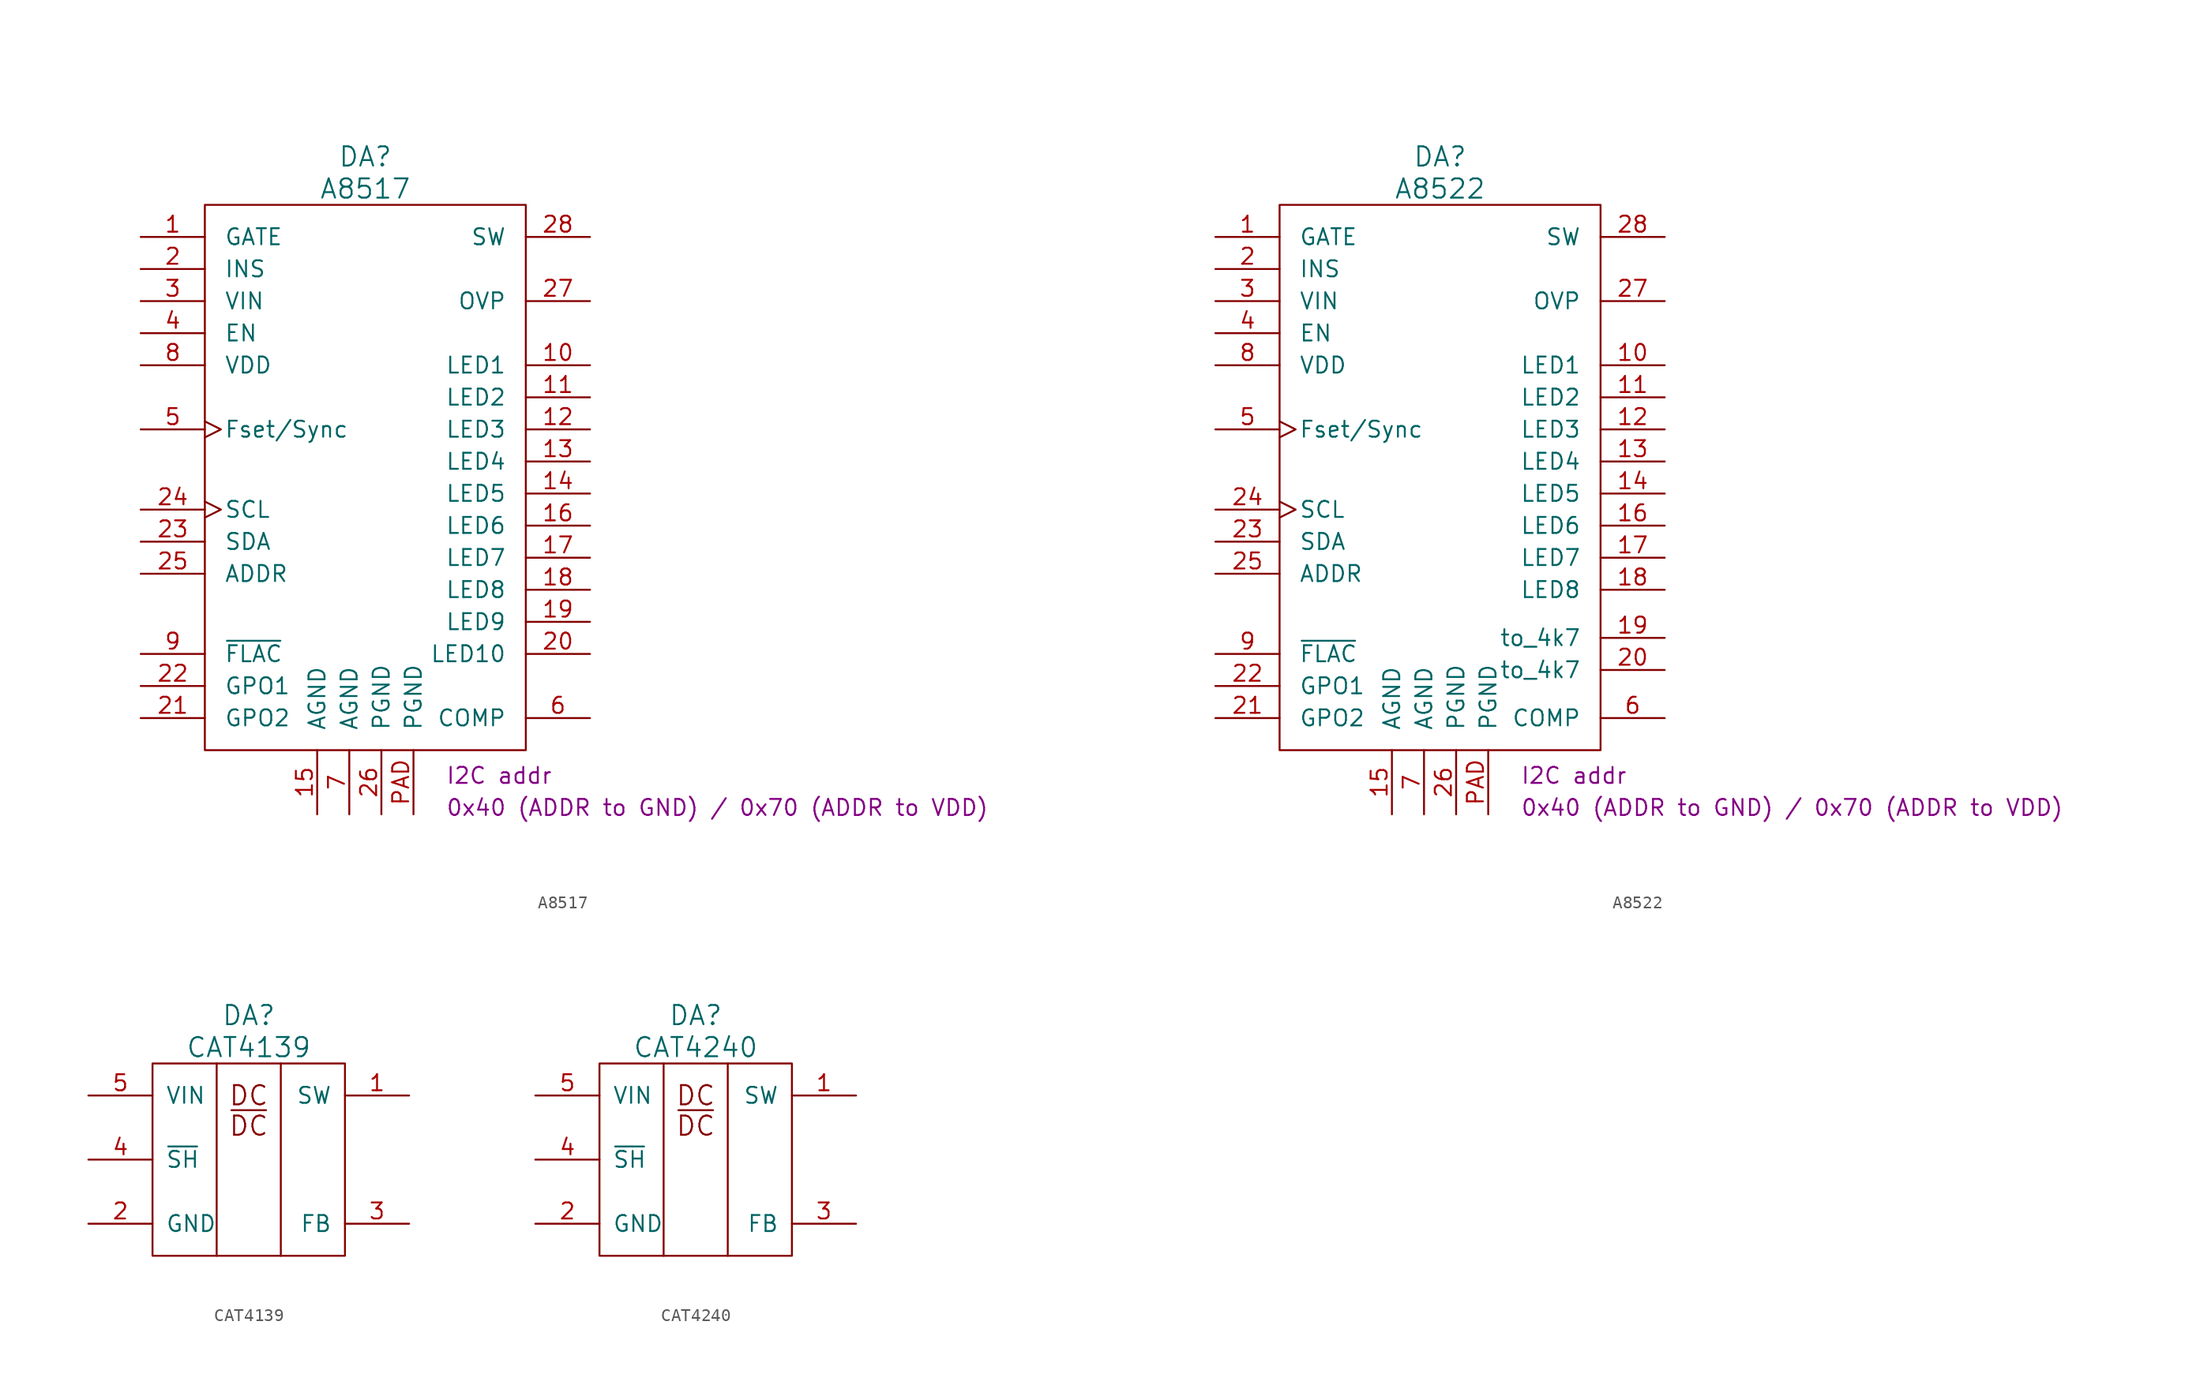
<source format=kicad_sym>
(kicad_symbol_lib
  (version 20220914)
  (generator kicad_symbol_editor)
  (symbol "A8517"
    (pin_names
      (offset 1.524))
    (property "Reference" "DA"
      (at 0 25.4 0)
      (effects (font (size 1.524 1.524))))
    (property "Value" "A8517"
      (at 0 22.86 0)
      (effects (font (size 1.524 1.524))))
    (property "Datasheet" ""
      (at 0 27.94 0)
      (effects (font (size 1.524 1.524))))
    (property "I2C addr" "I2C addr"
      (at 6.35 -22.86 0)
      (effects (font (size 1.27 1.27)) (justify left top)))
    (property "Addr" "0x40 (ADDR to GND) / 0x70 (ADDR to VDD)"
      (at 6.35 -25.4 0)
      (effects (font (size 1.27 1.27)) (justify left top)))
    (symbol "A8517_0_1"
      (rectangle (start 12.7 21.59) (end -12.7 -21.59) (stroke (width 0) (type solid)) (fill (type none))))
    (symbol "A8517_1_1"
      (pin passive line (at -17.78 19.05 0) (length 5.08) (name "GATE" (effects (font (size 1.27 1.27)))) (number "1" (effects (font (size 1.27 1.27)))))
      (pin passive line (at 17.78 8.89 180) (length 5.08) (name "LED1" (effects (font (size 1.27 1.27)))) (number "10" (effects (font (size 1.27 1.27)))))
      (pin passive line (at 17.78 6.35 180) (length 5.08) (name "LED2" (effects (font (size 1.27 1.27)))) (number "11" (effects (font (size 1.27 1.27)))))
      (pin passive line (at 17.78 3.81 180) (length 5.08) (name "LED3" (effects (font (size 1.27 1.27)))) (number "12" (effects (font (size 1.27 1.27)))))
      (pin passive line (at 17.78 1.27 180) (length 5.08) (name "LED4" (effects (font (size 1.27 1.27)))) (number "13" (effects (font (size 1.27 1.27)))))
      (pin passive line (at 17.78 -1.27 180) (length 5.08) (name "LED5" (effects (font (size 1.27 1.27)))) (number "14" (effects (font (size 1.27 1.27)))))
      (pin power_in line (at -3.81 -26.67 90) (length 5.08) (name "AGND" (effects (font (size 1.27 1.27)))) (number "15" (effects (font (size 1.27 1.27)))))
      (pin passive line (at 17.78 -3.81 180) (length 5.08) (name "LED6" (effects (font (size 1.27 1.27)))) (number "16" (effects (font (size 1.27 1.27)))))
      (pin passive line (at 17.78 -6.35 180) (length 5.08) (name "LED7" (effects (font (size 1.27 1.27)))) (number "17" (effects (font (size 1.27 1.27)))))
      (pin passive line (at 17.78 -8.89 180) (length 5.08) (name "LED8" (effects (font (size 1.27 1.27)))) (number "18" (effects (font (size 1.27 1.27)))))
      (pin passive line (at 17.78 -11.43 180) (length 5.08) (name "LED9" (effects (font (size 1.27 1.27)))) (number "19" (effects (font (size 1.27 1.27)))))
      (pin passive line (at -17.78 16.51 0) (length 5.08) (name "INS" (effects (font (size 1.27 1.27)))) (number "2" (effects (font (size 1.27 1.27)))))
      (pin passive line (at 17.78 -13.97 180) (length 5.08) (name "LED10" (effects (font (size 1.27 1.27)))) (number "20" (effects (font (size 1.27 1.27)))))
      (pin open_collector line (at -17.78 -19.05 0) (length 5.08) (name "GPO2" (effects (font (size 1.27 1.27)))) (number "21" (effects (font (size 1.27 1.27)))))
      (pin open_collector line (at -17.78 -16.51 0) (length 5.08) (name "GPO1" (effects (font (size 1.27 1.27)))) (number "22" (effects (font (size 1.27 1.27)))))
      (pin bidirectional line (at -17.78 -5.08 0) (length 5.08) (name "SDA" (effects (font (size 1.27 1.27)))) (number "23" (effects (font (size 1.27 1.27)))))
      (pin input clock (at -17.78 -2.54 0) (length 5.08) (name "SCL" (effects (font (size 1.27 1.27)))) (number "24" (effects (font (size 1.27 1.27)))))
      (pin passive line (at -17.78 -7.62 0) (length 5.08) (name "ADDR" (effects (font (size 1.27 1.27)))) (number "25" (effects (font (size 1.27 1.27)))))
      (pin power_in line (at 1.27 -26.67 90) (length 5.08) (name "PGND" (effects (font (size 1.27 1.27)))) (number "26" (effects (font (size 1.27 1.27)))))
      (pin passive line (at 17.78 13.97 180) (length 5.08) (name "OVP" (effects (font (size 1.27 1.27)))) (number "27" (effects (font (size 1.27 1.27)))))
      (pin passive line (at 17.78 19.05 180) (length 5.08) (name "SW" (effects (font (size 1.27 1.27)))) (number "28" (effects (font (size 1.27 1.27)))))
      (pin power_in line (at -17.78 13.97 0) (length 5.08) (name "VIN" (effects (font (size 1.27 1.27)))) (number "3" (effects (font (size 1.27 1.27)))))
      (pin passive line (at -17.78 11.43 0) (length 5.08) (name "EN" (effects (font (size 1.27 1.27)))) (number "4" (effects (font (size 1.27 1.27)))))
      (pin input clock (at -17.78 3.81 0) (length 5.08) (name "Fset/Sync" (effects (font (size 1.27 1.27)))) (number "5" (effects (font (size 1.27 1.27)))))
      (pin passive line (at 17.78 -19.05 180) (length 5.08) (name "COMP" (effects (font (size 1.27 1.27)))) (number "6" (effects (font (size 1.27 1.27)))))
      (pin power_in line (at -1.27 -26.67 90) (length 5.08) (name "AGND" (effects (font (size 1.27 1.27)))) (number "7" (effects (font (size 1.27 1.27)))))
      (pin passive line (at -17.78 8.89 0) (length 5.08) (name "VDD" (effects (font (size 1.27 1.27)))) (number "8" (effects (font (size 1.27 1.27)))))
      (pin open_collector line (at -17.78 -13.97 0) (length 5.08) (name "~{FLAC}" (effects (font (size 1.27 1.27)))) (number "9" (effects (font (size 1.27 1.27)))))
      (pin power_in line (at 3.81 -26.67 90) (length 5.08) (name "PGND" (effects (font (size 1.27 1.27)))) (number "PAD" (effects (font (size 1.27 1.27)))))))
  (symbol "A8522"
    (pin_names
      (offset 1.524))
    (property "Reference" "DA"
      (at 0 25.4 0)
      (effects (font (size 1.524 1.524))))
    (property "Value" "A8522"
      (at 0 22.86 0)
      (effects (font (size 1.524 1.524))))
    (property "Datasheet" ""
      (at 0 27.94 0)
      (effects (font (size 1.524 1.524))))
    (property "I2C addr" "I2C addr"
      (at 6.35 -22.86 0)
      (effects (font (size 1.27 1.27)) (justify left top)))
    (property "Addr" "0x40 (ADDR to GND) / 0x70 (ADDR to VDD)"
      (at 6.35 -25.4 0)
      (effects (font (size 1.27 1.27)) (justify left top)))
    (symbol "A8522_0_1"
      (rectangle (start 12.7 21.59) (end -12.7 -21.59) (stroke (width 0) (type solid)) (fill (type none))))
    (symbol "A8522_1_1"
      (pin passive line (at -17.78 19.05 0) (length 5.08) (name "GATE" (effects (font (size 1.27 1.27)))) (number "1" (effects (font (size 1.27 1.27)))))
      (pin passive line (at 17.78 8.89 180) (length 5.08) (name "LED1" (effects (font (size 1.27 1.27)))) (number "10" (effects (font (size 1.27 1.27)))))
      (pin passive line (at 17.78 6.35 180) (length 5.08) (name "LED2" (effects (font (size 1.27 1.27)))) (number "11" (effects (font (size 1.27 1.27)))))
      (pin passive line (at 17.78 3.81 180) (length 5.08) (name "LED3" (effects (font (size 1.27 1.27)))) (number "12" (effects (font (size 1.27 1.27)))))
      (pin passive line (at 17.78 1.27 180) (length 5.08) (name "LED4" (effects (font (size 1.27 1.27)))) (number "13" (effects (font (size 1.27 1.27)))))
      (pin passive line (at 17.78 -1.27 180) (length 5.08) (name "LED5" (effects (font (size 1.27 1.27)))) (number "14" (effects (font (size 1.27 1.27)))))
      (pin power_in line (at -3.81 -26.67 90) (length 5.08) (name "AGND" (effects (font (size 1.27 1.27)))) (number "15" (effects (font (size 1.27 1.27)))))
      (pin passive line (at 17.78 -3.81 180) (length 5.08) (name "LED6" (effects (font (size 1.27 1.27)))) (number "16" (effects (font (size 1.27 1.27)))))
      (pin passive line (at 17.78 -6.35 180) (length 5.08) (name "LED7" (effects (font (size 1.27 1.27)))) (number "17" (effects (font (size 1.27 1.27)))))
      (pin passive line (at 17.78 -8.89 180) (length 5.08) (name "LED8" (effects (font (size 1.27 1.27)))) (number "18" (effects (font (size 1.27 1.27)))))
      (pin passive line (at 17.78 -12.7 180) (length 5.08) (name "to_4k7" (effects (font (size 1.27 1.27)))) (number "19" (effects (font (size 1.27 1.27)))))
      (pin passive line (at -17.78 16.51 0) (length 5.08) (name "INS" (effects (font (size 1.27 1.27)))) (number "2" (effects (font (size 1.27 1.27)))))
      (pin passive line (at 17.78 -15.24 180) (length 5.08) (name "to_4k7" (effects (font (size 1.27 1.27)))) (number "20" (effects (font (size 1.27 1.27)))))
      (pin open_collector line (at -17.78 -19.05 0) (length 5.08) (name "GPO2" (effects (font (size 1.27 1.27)))) (number "21" (effects (font (size 1.27 1.27)))))
      (pin open_collector line (at -17.78 -16.51 0) (length 5.08) (name "GPO1" (effects (font (size 1.27 1.27)))) (number "22" (effects (font (size 1.27 1.27)))))
      (pin bidirectional line (at -17.78 -5.08 0) (length 5.08) (name "SDA" (effects (font (size 1.27 1.27)))) (number "23" (effects (font (size 1.27 1.27)))))
      (pin input clock (at -17.78 -2.54 0) (length 5.08) (name "SCL" (effects (font (size 1.27 1.27)))) (number "24" (effects (font (size 1.27 1.27)))))
      (pin passive line (at -17.78 -7.62 0) (length 5.08) (name "ADDR" (effects (font (size 1.27 1.27)))) (number "25" (effects (font (size 1.27 1.27)))))
      (pin power_in line (at 1.27 -26.67 90) (length 5.08) (name "PGND" (effects (font (size 1.27 1.27)))) (number "26" (effects (font (size 1.27 1.27)))))
      (pin passive line (at 17.78 13.97 180) (length 5.08) (name "OVP" (effects (font (size 1.27 1.27)))) (number "27" (effects (font (size 1.27 1.27)))))
      (pin passive line (at 17.78 19.05 180) (length 5.08) (name "SW" (effects (font (size 1.27 1.27)))) (number "28" (effects (font (size 1.27 1.27)))))
      (pin power_in line (at -17.78 13.97 0) (length 5.08) (name "VIN" (effects (font (size 1.27 1.27)))) (number "3" (effects (font (size 1.27 1.27)))))
      (pin passive line (at -17.78 11.43 0) (length 5.08) (name "EN" (effects (font (size 1.27 1.27)))) (number "4" (effects (font (size 1.27 1.27)))))
      (pin input clock (at -17.78 3.81 0) (length 5.08) (name "Fset/Sync" (effects (font (size 1.27 1.27)))) (number "5" (effects (font (size 1.27 1.27)))))
      (pin passive line (at 17.78 -19.05 180) (length 5.08) (name "COMP" (effects (font (size 1.27 1.27)))) (number "6" (effects (font (size 1.27 1.27)))))
      (pin power_in line (at -1.27 -26.67 90) (length 5.08) (name "AGND" (effects (font (size 1.27 1.27)))) (number "7" (effects (font (size 1.27 1.27)))))
      (pin passive line (at -17.78 8.89 0) (length 5.08) (name "VDD" (effects (font (size 1.27 1.27)))) (number "8" (effects (font (size 1.27 1.27)))))
      (pin open_collector line (at -17.78 -13.97 0) (length 5.08) (name "~{FLAC}" (effects (font (size 1.27 1.27)))) (number "9" (effects (font (size 1.27 1.27)))))
      (pin power_in line (at 3.81 -26.67 90) (length 5.08) (name "PGND" (effects (font (size 1.27 1.27)))) (number "PAD" (effects (font (size 1.27 1.27)))))))
  (symbol "CAT4139"
    (pin_names
      (offset 1.016))
    (property "Reference" "DA"
      (at 0 11.43 0)
      (effects (font (size 1.524 1.524))))
    (property "Value" "CAT4139"
      (at 0 8.89 0)
      (effects (font (size 1.524 1.524))))
    (property "Datasheet" ""
      (at 0 -8.89 0)
      (effects (font (size 1.524 1.524))))
    (symbol "CAT4139_0_0"
      (text "DC" (at 0 5.08 0) (effects (font (size 1.524 1.524))))
      (text "~{DC}" (at 0 2.667 0) (effects (font (size 1.524 1.524)))))
    (symbol "CAT4139_0_1"
      (rectangle (start -7.62 7.62) (end 7.62 -7.62) (stroke (width 0) (type solid)) (fill (type none)))
      (polyline (pts (xy -2.54 7.62) (xy -2.54 -1.27) (xy -2.54 -7.62)) (stroke (width 0) (type solid)) (fill (type none)))
      (polyline (pts (xy 2.54 -7.62) (xy 2.54 7.62) (xy 2.54 7.62) (xy 2.54 7.62)) (stroke (width 0) (type solid)) (fill (type none))))
    (symbol "CAT4139_1_1"
      (pin passive line (at 12.7 5.08 180) (length 5.08) (name "SW" (effects (font (size 1.27 1.27)))) (number "1" (effects (font (size 1.27 1.27)))))
      (pin power_in line (at -12.7 -5.08 0) (length 5.08) (name "GND" (effects (font (size 1.27 1.27)))) (number "2" (effects (font (size 1.27 1.27)))))
      (pin passive line (at 12.7 -5.08 180) (length 5.08) (name "FB" (effects (font (size 1.27 1.27)))) (number "3" (effects (font (size 1.27 1.27)))))
      (pin input line (at -12.7 0 0) (length 5.08) (name "~{SH}" (effects (font (size 1.27 1.27)))) (number "4" (effects (font (size 1.27 1.27)))))
      (pin power_in line (at -12.7 5.08 0) (length 5.08) (name "VIN" (effects (font (size 1.27 1.27)))) (number "5" (effects (font (size 1.27 1.27)))))))
  (symbol "CAT4240"
    (pin_names
      (offset 1.016))
    (property "Reference" "DA"
      (at 0 11.43 0)
      (effects (font (size 1.524 1.524))))
    (property "Value" "CAT4240"
      (at 0 8.89 0)
      (effects (font (size 1.524 1.524))))
    (property "Datasheet" ""
      (at 0 -8.89 0)
      (effects (font (size 1.524 1.524))))
    (symbol "CAT4240_0_0"
      (text "DC" (at 0 5.08 0) (effects (font (size 1.524 1.524))))
      (text "~{DC}" (at 0 2.667 0) (effects (font (size 1.524 1.524)))))
    (symbol "CAT4240_0_1"
      (rectangle (start -7.62 7.62) (end 7.62 -7.62) (stroke (width 0) (type solid)) (fill (type none)))
      (polyline (pts (xy -2.54 7.62) (xy -2.54 -1.27) (xy -2.54 -7.62)) (stroke (width 0) (type solid)) (fill (type none)))
      (polyline (pts (xy 2.54 -7.62) (xy 2.54 7.62) (xy 2.54 7.62) (xy 2.54 7.62)) (stroke (width 0) (type solid)) (fill (type none))))
    (symbol "CAT4240_1_1"
      (pin passive line (at 12.7 5.08 180) (length 5.08) (name "SW" (effects (font (size 1.27 1.27)))) (number "1" (effects (font (size 1.27 1.27)))))
      (pin power_in line (at -12.7 -5.08 0) (length 5.08) (name "GND" (effects (font (size 1.27 1.27)))) (number "2" (effects (font (size 1.27 1.27)))))
      (pin passive line (at 12.7 -5.08 180) (length 5.08) (name "FB" (effects (font (size 1.27 1.27)))) (number "3" (effects (font (size 1.27 1.27)))))
      (pin input line (at -12.7 0 0) (length 5.08) (name "~{SH}" (effects (font (size 1.27 1.27)))) (number "4" (effects (font (size 1.27 1.27)))))
      (pin power_in line (at -12.7 5.08 0) (length 5.08) (name "VIN" (effects (font (size 1.27 1.27)))) (number "5" (effects (font (size 1.27 1.27))))))))
</source>
